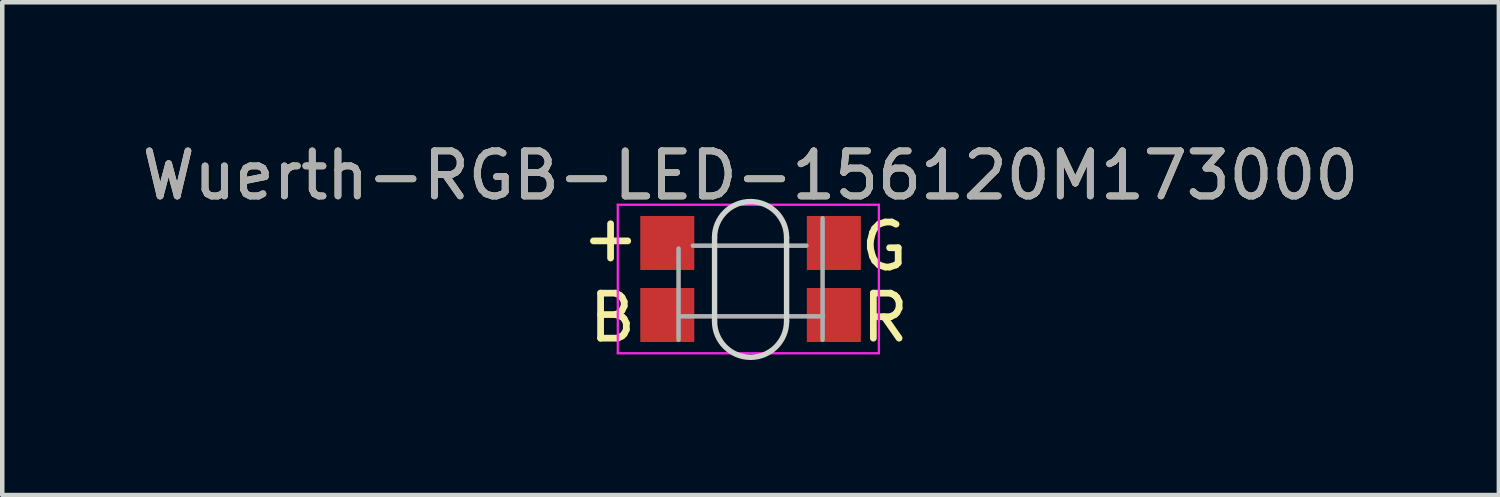
<source format=kicad_pcb>
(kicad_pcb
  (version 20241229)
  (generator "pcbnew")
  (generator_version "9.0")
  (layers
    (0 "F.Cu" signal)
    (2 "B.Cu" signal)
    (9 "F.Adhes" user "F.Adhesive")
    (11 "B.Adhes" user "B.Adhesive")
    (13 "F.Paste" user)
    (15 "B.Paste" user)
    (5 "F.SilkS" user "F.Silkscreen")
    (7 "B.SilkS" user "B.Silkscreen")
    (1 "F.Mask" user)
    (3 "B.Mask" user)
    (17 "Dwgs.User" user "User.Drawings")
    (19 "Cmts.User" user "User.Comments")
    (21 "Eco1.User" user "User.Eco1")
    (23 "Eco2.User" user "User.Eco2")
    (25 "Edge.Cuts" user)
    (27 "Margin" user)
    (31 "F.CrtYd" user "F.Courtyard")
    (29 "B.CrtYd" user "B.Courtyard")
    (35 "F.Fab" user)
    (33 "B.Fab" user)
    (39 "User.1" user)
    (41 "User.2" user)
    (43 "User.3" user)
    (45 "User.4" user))
  (footprint "Wuerth-RGB-LED-156120M173000"
    (layer "F.Cu")
    (at 13.625 3.148)
    (property "Reference" "Wuerth-RGB-LED-156120M173000" (at 0 -2.3 0) (layer "F.SilkS") (effects (font (size 1 1) (thickness 0.15))))
    (attr smd)
    (fp_line (start -0.8 0.94) (end -0.8 -0.92) (stroke (width 0.12) (type solid)) (layer "Edge.Cuts"))
    (fp_line (start 0.8 -0.92) (end 0.8 0.94) (stroke (width 0.12) (type solid)) (layer "Edge.Cuts"))
    (fp_arc (start -0.8 -0.92) (mid 0 -1.72) (end 0.8 -0.92) (stroke (width 0.12) (type solid)) (layer "Edge.Cuts"))
    (fp_arc (start 0.8 0.94) (mid 0 1.74) (end -0.8 0.94) (stroke (width 0.12) (type solid)) (layer "Edge.Cuts"))
    (fp_line (start -2.95 -1.65) (end -2.95 1.65) (stroke (width 0.05) (type solid)) (layer "F.CrtYd"))
    (fp_line (start -2.95 1.65) (end 2.85 1.65) (stroke (width 0.05) (type solid)) (layer "F.CrtYd"))
    (fp_line (start 2.85 -1.65) (end -2.95 -1.65) (stroke (width 0.05) (type solid)) (layer "F.CrtYd"))
    (fp_line (start 2.85 1.65) (end 2.85 -1.65) (stroke (width 0.05) (type solid)) (layer "F.CrtYd"))
    (fp_line (start -1.6 1.35) (end -1.6 -0.675) (stroke (width 0.1) (type solid)) (layer "F.Fab"))
    (fp_line (start -1.282 -0.74) (end 1.242 -0.74) (stroke (width 0.1) (type solid)) (layer "F.Fab"))
    (fp_line (start 1.6 -1.35) (end 1.6 1.35) (stroke (width 0.1) (type solid)) (layer "F.Fab"))
    (fp_line (start 1.61 0.83) (end -1.59 0.83) (stroke (width 0.1) (type solid)) (layer "F.Fab"))
    (fp_text user "B" (at -3.07 0.86 0) (unlocked yes) (layer "F.SilkS") (effects (font (size 1 1) (thickness 0.15))))
    (fp_text user "R" (at 2.99 0.86 0) (unlocked yes) (layer "F.SilkS") (effects (font (size 1 1) (thickness 0.15))))
    (fp_text user "G" (at 2.97 -0.72 0) (unlocked yes) (layer "F.SilkS") (effects (font (size 1 1) (thickness 0.15))))
    (fp_text user "+" (at -3.11 -0.92 0) (unlocked yes) (layer "F.SilkS") (effects (font (size 1 1) (thickness 0.15))))
    (fp_text user "${REFERENCE}" (at 0 -2.3 0) (layer "F.Fab") (effects (font (size 1 1) (thickness 0.15))))
    (pad "1" smd rect (at -1.85 -0.8 180) (size 1.2 1.2) (layers "F.Cu" "F.Mask" "F.Paste"))
    (pad "2" smd rect (at -1.85 0.8 180) (size 1.2 1.2) (layers "F.Cu" "F.Mask" "F.Paste"))
    (pad "3" smd rect (at 1.85 0.8 180) (size 1.2 1.2) (layers "F.Cu" "F.Mask" "F.Paste"))
    (pad "4" smd rect (at 1.85 -0.8 180) (size 1.2 1.2) (layers "F.Cu" "F.Mask" "F.Paste")))
  (gr_rect
    (start -3 -3)
    (end 30.25 7.948)
    (stroke (width 0.1) (type default))
    (fill no)
    (layer "Edge.Cuts")))
</source>
